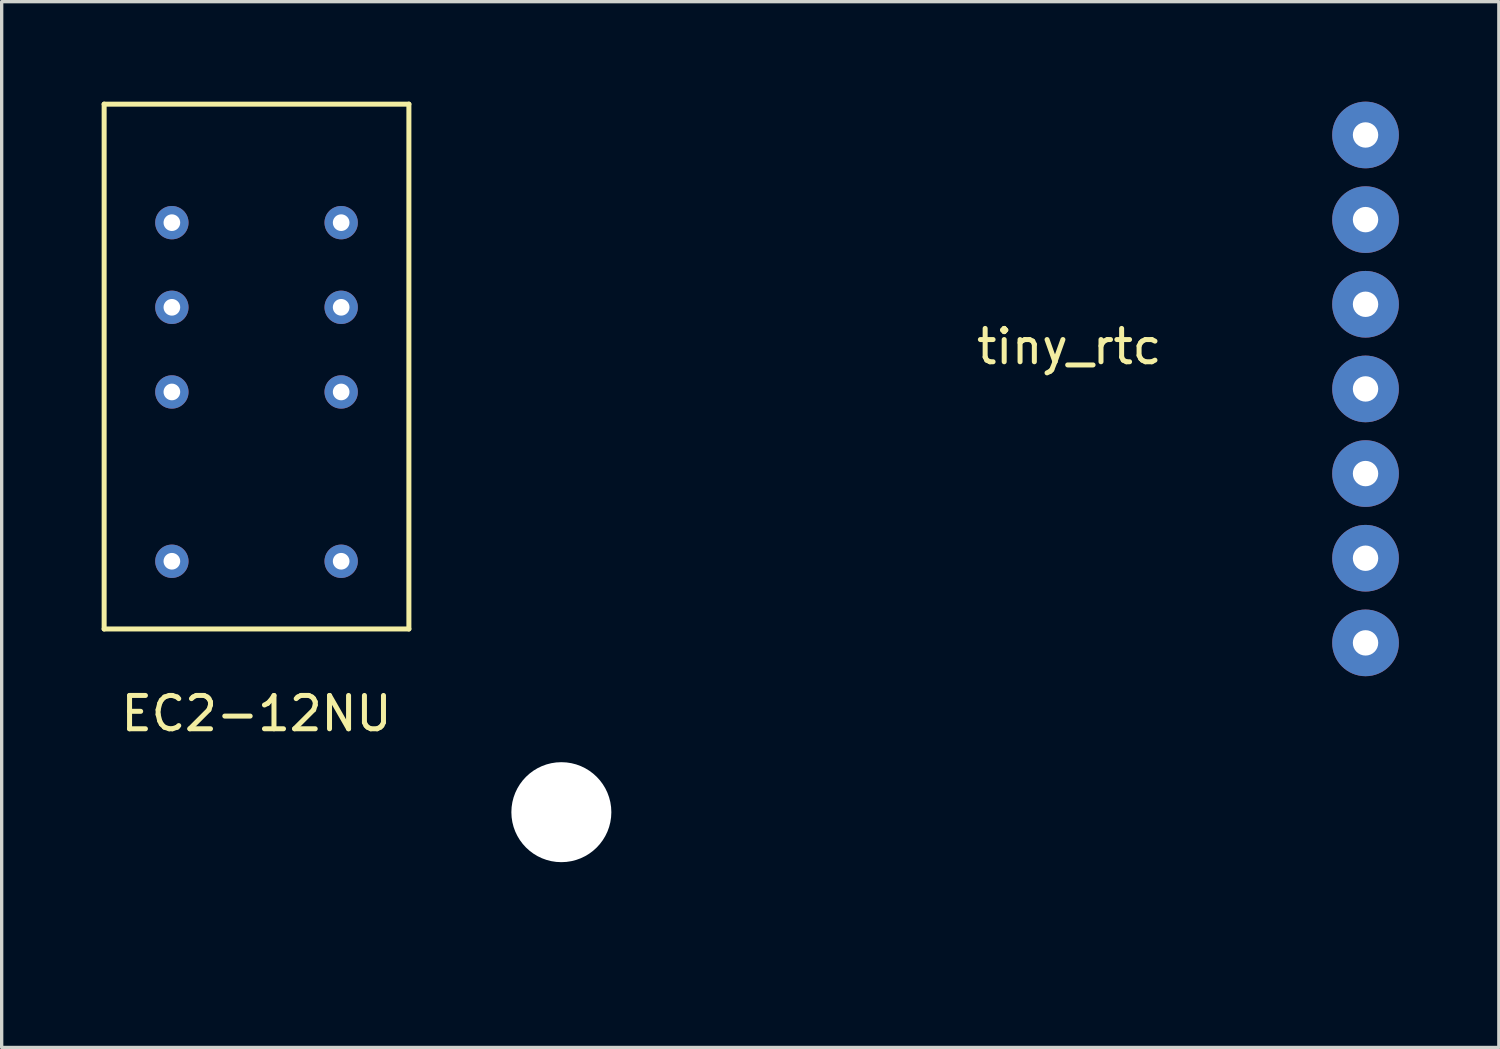
<source format=kicad_pcb>
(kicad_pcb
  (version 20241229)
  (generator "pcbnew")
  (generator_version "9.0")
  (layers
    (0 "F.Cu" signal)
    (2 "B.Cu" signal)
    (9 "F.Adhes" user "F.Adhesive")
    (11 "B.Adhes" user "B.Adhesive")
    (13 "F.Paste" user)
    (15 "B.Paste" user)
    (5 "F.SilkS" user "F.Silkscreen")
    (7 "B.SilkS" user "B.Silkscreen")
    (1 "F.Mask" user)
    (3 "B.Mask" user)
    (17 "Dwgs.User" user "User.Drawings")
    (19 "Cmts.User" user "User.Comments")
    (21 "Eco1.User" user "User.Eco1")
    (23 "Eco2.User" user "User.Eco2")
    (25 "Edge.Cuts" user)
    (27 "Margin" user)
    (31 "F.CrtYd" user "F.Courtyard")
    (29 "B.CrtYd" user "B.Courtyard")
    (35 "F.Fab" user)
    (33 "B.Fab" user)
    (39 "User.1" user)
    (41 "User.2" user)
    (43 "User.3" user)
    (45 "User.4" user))
  (footprint "tiny_rtc"
    (layer "F.Cu")
    (at 37.924 25.13)
    (property "Reference" "tiny_rtc" (at -8.89 -17.78 0) (layer "F.SilkS") (effects (font (size 1 1) (thickness 0.15))))
    (attr through_hole)
    (pad "" np_thru_hole circle (at -24.13 -3.81) (size 3 3) (drill 3) (layers "*.Cu" "*.Mask"))
    (pad "1" thru_hole circle (at 0 -24.13) (size 2 2) (drill 0.762) (layers "*.Cu" "*.Mask"))
    (pad "2" thru_hole circle (at 0 -21.59) (size 2 2) (drill 0.762) (layers "*.Cu" "*.Mask"))
    (pad "3" thru_hole circle (at 0 -19.05) (size 2 2) (drill 0.762) (layers "*.Cu" "*.Mask"))
    (pad "4" thru_hole circle (at 0 -16.51) (size 2 2) (drill 0.762) (layers "*.Cu" "*.Mask"))
    (pad "5" thru_hole circle (at 0 -13.97) (size 2 2) (drill 0.762) (layers "*.Cu" "*.Mask"))
    (pad "6" thru_hole circle (at 0 -11.43) (size 2 2) (drill 0.762) (layers "*.Cu" "*.Mask"))
    (pad "7" thru_hole circle (at 0 -8.89) (size 2 2) (drill 0.762) (layers "*.Cu" "*.Mask")))
  (footprint "EC2-12NU"
    (layer "F.Cu")
    (at 4.647 16.331)
    (property "Reference" "EC2-12NU" (at 0 2.032 0) (layer "F.SilkS") (effects (font (size 1 1) (thickness 0.15))))
    (attr through_hole)
    (fp_line (start -4.572 -16.256) (end 4.572 -16.256) (stroke (width 0.15) (type solid)) (layer "F.SilkS"))
    (fp_line (start -4.572 -0.508) (end -4.572 -16.256) (stroke (width 0.15) (type solid)) (layer "F.SilkS"))
    (fp_line (start -4.572 -0.508) (end 4.572 -0.508) (stroke (width 0.15) (type solid)) (layer "F.SilkS"))
    (fp_line (start 4.572 -16.256) (end 4.572 -0.508) (stroke (width 0.15) (type solid)) (layer "F.SilkS"))
    (pad "1" thru_hole circle (at 2.54 -2.54) (size 1 1) (drill 0.5) (layers "*.Cu" "*.Mask"))
    (pad "3" thru_hole circle (at 2.54 -7.62) (size 1 1) (drill 0.5) (layers "*.Cu" "*.Mask"))
    (pad "4" thru_hole circle (at 2.54 -10.16) (size 1 1) (drill 0.5) (layers "*.Cu" "*.Mask"))
    (pad "5" thru_hole circle (at 2.54 -12.7) (size 1 1) (drill 0.5) (layers "*.Cu" "*.Mask"))
    (pad "8" thru_hole circle (at -2.54 -12.7) (size 1 1) (drill 0.5) (layers "*.Cu" "*.Mask"))
    (pad "9" thru_hole circle (at -2.54 -10.16) (size 1 1) (drill 0.5) (layers "*.Cu" "*.Mask"))
    (pad "10" thru_hole circle (at -2.54 -7.62) (size 1 1) (drill 0.5) (layers "*.Cu" "*.Mask"))
    (pad "12" thru_hole circle (at -2.54 -2.54) (size 1 1) (drill 0.5) (layers "*.Cu" "*.Mask")))
  (gr_rect
    (start -3 -3)
    (end 41.924 28.38)
    (stroke (width 0.1) (type default))
    (fill no)
    (layer "Edge.Cuts")))
</source>
